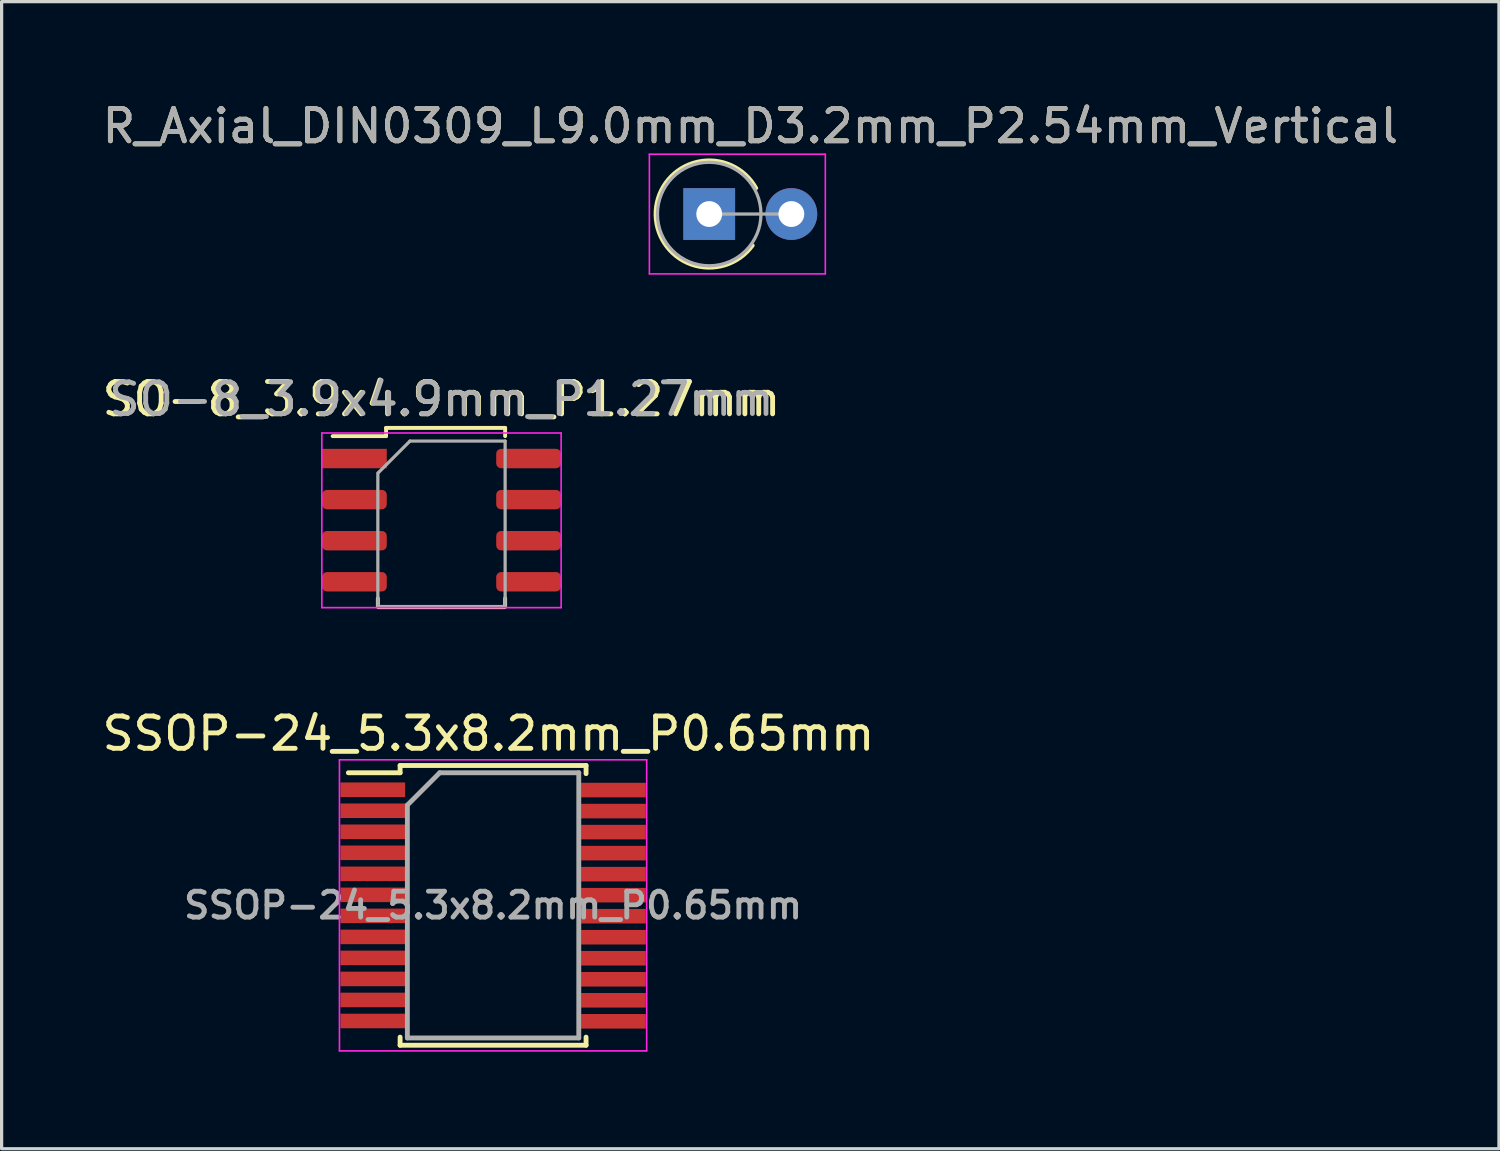
<source format=kicad_pcb>
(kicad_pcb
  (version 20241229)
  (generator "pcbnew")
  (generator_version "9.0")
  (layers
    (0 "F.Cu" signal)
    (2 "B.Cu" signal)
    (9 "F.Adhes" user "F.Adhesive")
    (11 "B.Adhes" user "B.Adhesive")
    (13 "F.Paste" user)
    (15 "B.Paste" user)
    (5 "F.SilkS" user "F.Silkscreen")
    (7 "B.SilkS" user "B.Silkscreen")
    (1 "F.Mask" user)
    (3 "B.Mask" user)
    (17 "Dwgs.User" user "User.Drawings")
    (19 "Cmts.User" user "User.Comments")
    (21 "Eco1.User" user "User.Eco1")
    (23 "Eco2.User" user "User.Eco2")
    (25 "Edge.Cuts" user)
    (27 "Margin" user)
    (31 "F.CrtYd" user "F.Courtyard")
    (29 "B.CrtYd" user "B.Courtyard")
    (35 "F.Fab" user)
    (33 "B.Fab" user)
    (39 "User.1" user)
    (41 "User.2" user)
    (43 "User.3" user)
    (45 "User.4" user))
  (footprint "SSOP-24_5.3x8.2mm_P0.65mm"
    (layer "F.Cu")
    (at 12.196 24.944)
    (property "Reference" "SSOP-24_5.3x8.2mm_P0.65mm" (at -0.142 -5.311 0) (layer "F.SilkS") (effects (font (size 1 1) (thickness 0.15))))
    (attr smd)
    (fp_line (start -2.875 -4.325) (end -2.875 -4.1) (stroke (width 0.15) (type solid)) (layer "F.SilkS"))
    (fp_line (start -2.875 -4.325) (end 2.875 -4.325) (stroke (width 0.15) (type solid)) (layer "F.SilkS"))
    (fp_line (start -2.875 -4.1) (end -4.475 -4.1) (stroke (width 0.15) (type solid)) (layer "F.SilkS"))
    (fp_line (start -2.875 4.325) (end -2.875 4.074) (stroke (width 0.15) (type solid)) (layer "F.SilkS"))
    (fp_line (start -2.875 4.325) (end 2.875 4.325) (stroke (width 0.15) (type solid)) (layer "F.SilkS"))
    (fp_line (start 2.875 -4.325) (end 2.875 -4.072) (stroke (width 0.15) (type solid)) (layer "F.SilkS"))
    (fp_line (start 2.875 4.325) (end 2.875 4.074) (stroke (width 0.15) (type solid)) (layer "F.SilkS"))
    (fp_line (start -4.75 -4.5) (end -4.75 4.5) (stroke (width 0.05) (type solid)) (layer "F.CrtYd"))
    (fp_line (start -4.75 -4.5) (end 4.75 -4.5) (stroke (width 0.05) (type solid)) (layer "F.CrtYd"))
    (fp_line (start -4.75 4.5) (end 4.75 4.5) (stroke (width 0.05) (type solid)) (layer "F.CrtYd"))
    (fp_line (start 4.75 -4.5) (end 4.75 4.5) (stroke (width 0.05) (type solid)) (layer "F.CrtYd"))
    (fp_line (start -2.65 -3.1) (end -1.65 -4.1) (stroke (width 0.15) (type solid)) (layer "F.Fab"))
    (fp_line (start -2.65 4.1) (end -2.65 -3.1) (stroke (width 0.15) (type solid)) (layer "F.Fab"))
    (fp_line (start -1.65 -4.1) (end 2.65 -4.1) (stroke (width 0.15) (type solid)) (layer "F.Fab"))
    (fp_line (start 2.65 -4.1) (end 2.65 4.1) (stroke (width 0.15) (type solid)) (layer "F.Fab"))
    (fp_line (start 2.65 4.1) (end -2.65 4.1) (stroke (width 0.15) (type solid)) (layer "F.Fab"))
    (fp_text user "${REFERENCE}" (at 0 0 0) (layer "F.Fab") (effects (font (size 0.8 0.8) (thickness 0.15))))
    (pad "1" smd rect (at -3.719 -3.575) (size 2 0.45) (layers "F.Cu" "F.Mask" "F.Paste"))
    (pad "2" smd rect (at -3.719 -2.925) (size 2 0.45) (layers "F.Cu" "F.Mask" "F.Paste"))
    (pad "3" smd rect (at -3.719 -2.275) (size 2 0.45) (layers "F.Cu" "F.Mask" "F.Paste"))
    (pad "4" smd rect (at -3.719 -1.625) (size 2 0.45) (layers "F.Cu" "F.Mask" "F.Paste"))
    (pad "5" smd rect (at -3.719 -0.975) (size 2 0.45) (layers "F.Cu" "F.Mask" "F.Paste"))
    (pad "6" smd rect (at -3.719 -0.325) (size 2 0.45) (layers "F.Cu" "F.Mask" "F.Paste"))
    (pad "7" smd rect (at -3.719 0.325) (size 2 0.45) (layers "F.Cu" "F.Mask" "F.Paste"))
    (pad "8" smd rect (at -3.719 0.975) (size 2 0.45) (layers "F.Cu" "F.Mask" "F.Paste"))
    (pad "9" smd rect (at -3.719 1.625) (size 2 0.45) (layers "F.Cu" "F.Mask" "F.Paste"))
    (pad "10" smd rect (at -3.719 2.275) (size 2 0.45) (layers "F.Cu" "F.Mask" "F.Paste"))
    (pad "11" smd rect (at -3.719 2.925) (size 2 0.45) (layers "F.Cu" "F.Mask" "F.Paste"))
    (pad "12" smd rect (at -3.719 3.575) (size 2 0.45) (layers "F.Cu" "F.Mask" "F.Paste"))
    (pad "13" smd rect (at 3.722 3.585) (size 2 0.45) (layers "F.Cu" "F.Mask" "F.Paste"))
    (pad "14" smd rect (at 3.722 2.935) (size 2 0.45) (layers "F.Cu" "F.Mask" "F.Paste"))
    (pad "15" smd rect (at 3.722 2.285) (size 2 0.45) (layers "F.Cu" "F.Mask" "F.Paste"))
    (pad "16" smd rect (at 3.722 1.635) (size 2 0.45) (layers "F.Cu" "F.Mask" "F.Paste"))
    (pad "17" smd rect (at 3.722 0.985) (size 2 0.45) (layers "F.Cu" "F.Mask" "F.Paste"))
    (pad "18" smd rect (at 3.722 0.335) (size 2 0.45) (layers "F.Cu" "F.Mask" "F.Paste"))
    (pad "19" smd rect (at 3.722 -0.315) (size 2 0.45) (layers "F.Cu" "F.Mask" "F.Paste"))
    (pad "20" smd rect (at 3.722 -0.965) (size 2 0.45) (layers "F.Cu" "F.Mask" "F.Paste"))
    (pad "21" smd rect (at 3.722 -1.615) (size 2 0.45) (layers "F.Cu" "F.Mask" "F.Paste"))
    (pad "22" smd rect (at 3.722 -2.265) (size 2 0.45) (layers "F.Cu" "F.Mask" "F.Paste"))
    (pad "23" smd rect (at 3.722 -2.915) (size 2 0.45) (layers "F.Cu" "F.Mask" "F.Paste"))
    (pad "24" smd rect (at 3.722 -3.565) (size 2 0.45) (layers "F.Cu" "F.Mask" "F.Paste")))
  (footprint "R_Axial_DIN0309_L9.0mm_D3.2mm_P2.54mm_Vertical"
    (layer "F.Cu")
    (at 18.879 3.568)
    (property "Reference" "R_Axial_DIN0309_L9.0mm_D3.2mm_P2.54mm_Vertical" (at 1.27 -2.72 0) (layer "F.SilkS") (effects (font (size 1 1) (thickness 0.15))))
    (attr through_hole)
    (fp_arc (start 1.344775 0.97138) (mid -1.655812 -0.101418) (end 1.453272 -0.8) (stroke (width 0.12) (type solid)) (layer "F.SilkS"))
    (fp_line (start -1.85 -1.85) (end -1.85 1.85) (stroke (width 0.05) (type solid)) (layer "F.CrtYd"))
    (fp_line (start -1.85 1.85) (end 3.59 1.85) (stroke (width 0.05) (type solid)) (layer "F.CrtYd"))
    (fp_line (start 3.59 -1.85) (end -1.85 -1.85) (stroke (width 0.05) (type solid)) (layer "F.CrtYd"))
    (fp_line (start 3.59 1.85) (end 3.59 -1.85) (stroke (width 0.05) (type solid)) (layer "F.CrtYd"))
    (fp_line (start 0 0) (end 2.54 0) (stroke (width 0.1) (type solid)) (layer "F.Fab"))
    (fp_circle (center 0 0) (end 1.6 0) (stroke (width 0.1) (type solid)) (fill no) (layer "F.Fab"))
    (fp_text user "${REFERENCE}" (at 1.27 -2.72 0) (layer "F.Fab") (effects (font (size 1 1) (thickness 0.15))))
    (pad "1" thru_hole rect (at 0 0) (size 1.6 1.6) (drill 0.8) (layers "*.Cu" "*.Mask"))
    (pad "2" thru_hole oval (at 2.54 0) (size 1.6 1.6) (drill 0.8) (layers "*.Cu" "*.Mask")))
  (footprint "SO-8_3.9x4.9mm_P1.27mm"
    (layer "F.Cu")
    (at 10.601 13.038)
    (property "Reference" "SO-8_3.9x4.9mm_P1.27mm" (at 0 -3.747 0) (layer "F.SilkS") (effects (font (size 1 1) (thickness 0.15))))
    (attr smd)
    (fp_line (start -1.968 2.667) (end -1.968 2.413) (stroke (width 0.12) (type solid)) (layer "F.SilkS"))
    (fp_line (start -1.714 -2.857) (end -1.714 -2.603) (stroke (width 0.12) (type solid)) (layer "F.SilkS"))
    (fp_line (start -1.714 -2.603) (end -3.365 -2.603) (stroke (width 0.12) (type solid)) (layer "F.SilkS"))
    (fp_line (start 0 2.687) (end -1.95 2.687) (stroke (width 0.12) (type solid)) (layer "F.SilkS"))
    (fp_line (start 0 2.687) (end 1.95 2.687) (stroke (width 0.12) (type solid)) (layer "F.SilkS"))
    (fp_line (start 1.968 -2.857) (end -1.714 -2.857) (stroke (width 0.12) (type solid)) (layer "F.SilkS"))
    (fp_line (start 1.968 -2.857) (end 1.968 -2.603) (stroke (width 0.12) (type solid)) (layer "F.SilkS"))
    (fp_line (start 1.968 2.667) (end 1.968 2.413) (stroke (width 0.12) (type solid)) (layer "F.SilkS"))
    (fp_line (start -3.7 -2.7) (end -3.7 2.7) (stroke (width 0.05) (type solid)) (layer "F.CrtYd"))
    (fp_line (start -3.7 2.7) (end 3.7 2.7) (stroke (width 0.05) (type solid)) (layer "F.CrtYd"))
    (fp_line (start 3.7 -2.7) (end -3.7 -2.7) (stroke (width 0.05) (type solid)) (layer "F.CrtYd"))
    (fp_line (start 3.7 2.7) (end 3.7 -2.7) (stroke (width 0.05) (type solid)) (layer "F.CrtYd"))
    (fp_line (start -1.968 2.667) (end -1.968 -1.46) (stroke (width 0.1) (type solid)) (layer "F.Fab"))
    (fp_line (start -1.95 -1.475) (end -0.975 -2.45) (stroke (width 0.1) (type solid)) (layer "F.Fab"))
    (fp_line (start -0.975 -2.45) (end 1.968 -2.45) (stroke (width 0.1) (type solid)) (layer "F.Fab"))
    (fp_line (start 1.968 -2.45) (end 1.968 2.667) (stroke (width 0.1) (type solid)) (layer "F.Fab"))
    (fp_line (start 1.968 2.667) (end -1.931 2.667) (stroke (width 0.1) (type solid)) (layer "F.Fab"))
    (fp_text user "${REFERENCE}" (at 0 -3.747 0) (layer "F.Fab") (effects (font (size 0.98 0.98) (thickness 0.15))))
    (pad "1" smd rect (at -2.692 -1.91) (size 2 0.6) (layers "F.Cu" "F.Mask" "F.Paste"))
    (pad "2" smd roundrect (at -2.692 -0.64) (size 2 0.6) (layers "F.Cu" "F.Mask" "F.Paste") (roundrect_rratio 0.25))
    (pad "3" smd roundrect (at -2.692 0.63) (size 2 0.6) (layers "F.Cu" "F.Mask" "F.Paste") (roundrect_rratio 0.25))
    (pad "4" smd roundrect (at -2.692 1.9) (size 2 0.6) (layers "F.Cu" "F.Mask" "F.Paste") (roundrect_rratio 0.25))
    (pad "5" smd roundrect (at 2.692 1.9) (size 2 0.6) (layers "F.Cu" "F.Mask" "F.Paste") (roundrect_rratio 0.25))
    (pad "6" smd roundrect (at 2.692 0.63) (size 2 0.6) (layers "F.Cu" "F.Mask" "F.Paste") (roundrect_rratio 0.25))
    (pad "7" smd roundrect (at 2.692 -0.64) (size 2 0.6) (layers "F.Cu" "F.Mask" "F.Paste") (roundrect_rratio 0.25))
    (pad "8" smd roundrect (at 2.692 -1.91) (size 2 0.6) (layers "F.Cu" "F.Mask" "F.Paste") (roundrect_rratio 0.25)))
  (gr_rect
    (start -3 -3)
    (end 43.298 32.469)
    (stroke (width 0.1) (type default))
    (fill no)
    (layer "Edge.Cuts")))
</source>
